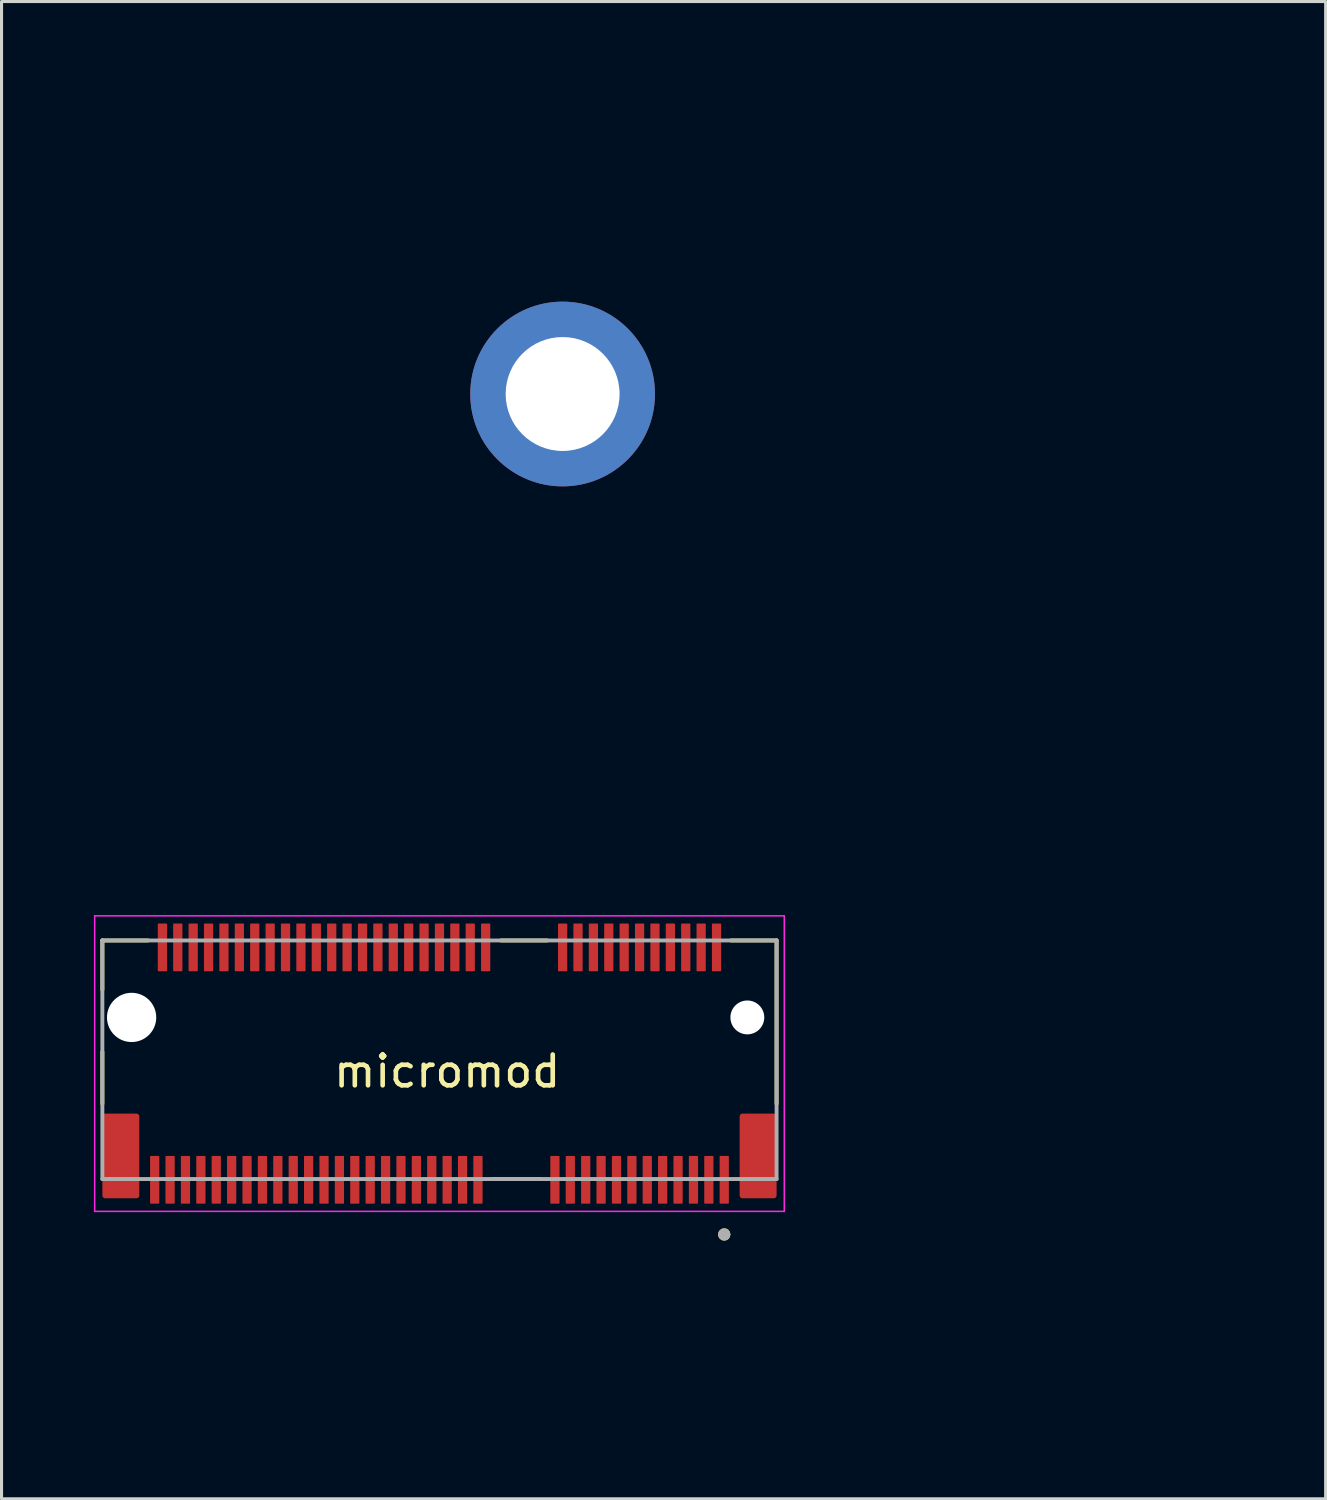
<source format=kicad_pcb>
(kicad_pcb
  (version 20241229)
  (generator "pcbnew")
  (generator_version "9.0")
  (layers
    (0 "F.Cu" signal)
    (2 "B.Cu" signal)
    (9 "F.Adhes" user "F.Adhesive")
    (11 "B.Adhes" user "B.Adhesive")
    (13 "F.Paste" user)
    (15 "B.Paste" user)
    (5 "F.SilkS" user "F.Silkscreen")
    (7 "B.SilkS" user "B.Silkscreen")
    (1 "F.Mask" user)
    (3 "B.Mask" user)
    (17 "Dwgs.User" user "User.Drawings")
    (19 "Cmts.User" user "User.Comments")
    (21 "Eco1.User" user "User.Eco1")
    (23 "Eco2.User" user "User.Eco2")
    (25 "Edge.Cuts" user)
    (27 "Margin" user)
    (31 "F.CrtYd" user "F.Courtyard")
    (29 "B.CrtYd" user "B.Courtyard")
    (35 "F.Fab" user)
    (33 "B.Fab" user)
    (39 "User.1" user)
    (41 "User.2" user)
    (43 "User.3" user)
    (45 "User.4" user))
  (footprint "micromod"
    (layer "F.Cu")
    (at 11.225 21.748)
    (property "Reference" "micromod" (at 0.25 10 0) (unlocked yes) (layer "F.SilkS") (effects (font (size 1 1) (thickness 0.15))))
    (attr smd allow_soldermask_bridges)
    (fp_line (start -10.95 5.75) (end -10.95 7.35) (stroke (width 0.127) (type solid)) (layer "F.SilkS"))
    (fp_line (start -10.95 11.055) (end -10.95 9.37) (stroke (width 0.127) (type solid)) (layer "F.SilkS"))
    (fp_line (start -9.47 5.75) (end -10.95 5.75) (stroke (width 0.127) (type solid)) (layer "F.SilkS"))
    (fp_line (start 3.28 13.5) (end 1.72 13.5) (stroke (width 0.127) (type solid)) (layer "F.SilkS"))
    (fp_line (start 3.5 5.75) (end 2 5.75) (stroke (width 0.127) (type solid)) (layer "F.SilkS"))
    (fp_line (start 10.95 5.75) (end 9.47 5.75) (stroke (width 0.127) (type solid)) (layer "F.SilkS"))
    (fp_line (start 10.95 5.75) (end 10.95 11.055) (stroke (width 0.127) (type solid)) (layer "F.SilkS"))
    (fp_circle (center 9.25 15.3) (end 9.15 15.3) (stroke (width 0.2) (type solid)) (fill no) (layer "F.SilkS"))
    (fp_line (start -11.2 4.95) (end -11.2 14.55) (stroke (width 0.05) (type solid)) (layer "F.CrtYd"))
    (fp_line (start -11.2 14.55) (end 11.2 14.55) (stroke (width 0.05) (type solid)) (layer "F.CrtYd"))
    (fp_line (start 11.2 4.95) (end -11.2 4.95) (stroke (width 0.05) (type solid)) (layer "F.CrtYd"))
    (fp_line (start 11.2 14.55) (end 11.2 4.95) (stroke (width 0.05) (type solid)) (layer "F.CrtYd"))
    (fp_line (start -10.95 5.75) (end 10.95 5.75) (stroke (width 0.127) (type solid)) (layer "F.Fab"))
    (fp_line (start -10.95 13.5) (end -10.95 5.75) (stroke (width 0.127) (type solid)) (layer "F.Fab"))
    (fp_line (start 10.95 5.75) (end 10.95 13.5) (stroke (width 0.127) (type solid)) (layer "F.Fab"))
    (fp_line (start 10.95 13.5) (end -10.95 13.5) (stroke (width 0.127) (type solid)) (layer "F.Fab"))
    (fp_circle (center 9.25 15.3) (end 9.15 15.3) (stroke (width 0.2) (type solid)) (fill no) (layer "F.Fab"))
    (fp_line (start 10 -12) (end 0 -12) (stroke (width 0.1) (type default)) (layer "User.1"))
    (dimension (type aligned) (layer "User.1") (pts (xy 21.225 31.748) (xy 21.225 9.748)) (height 12) (format (prefix "") (suffix "") (units 3) (units_format 1) (precision 4)) (style (thickness 0.1) (arrow_length 1.27) (text_position_mode 0) (arrow_direction outward) (extension_height 0.586) (extension_offset 0.5) (keep_text_aligned yes)) (gr_text "22.0000 mm" (at 32.075 20.748 90) (layer "User.1") (effects (font (size 1 1) (thickness 0.15)))))
    (dimension (type aligned) (layer "User.1") (pts (xy 21.225 29.998) (xy 1.225 29.998)) (height -12) (format (prefix "") (suffix "") (units 3) (units_format 1) (precision 4)) (style (thickness 0.1) (arrow_length 1.27) (text_position_mode 0) (arrow_direction outward) (extension_height 0.586) (extension_offset 0.5) (keep_text_aligned yes)) (gr_text "20.0000 mm" (at 11.225 40.848 0) (layer "User.1") (effects (font (size 1 1) (thickness 0.15)))))
    (dimension (type aligned) (layer "User.1") (pts (xy 11.225 9.748) (xy 15.225 9.748)) (height -7.75) (format (prefix "") (suffix "") (units 3) (units_format 1) (precision 4)) (style (thickness 0.1) (arrow_length 1.27) (text_position_mode 0) (arrow_direction outward) (extension_height 0.586) (extension_offset 0.5) (keep_text_aligned yes)) (gr_text "4.0000 mm" (at 13.225 0.848 0) (layer "User.1") (effects (font (size 1 1) (thickness 0.15)))))
    (dimension (type aligned) (layer "User.1") (pts (xy 21.225 29.998) (xy 21.225 31.748)) (height -8.5) (format (prefix "") (suffix "") (units 3) (units_format 1) (precision 4)) (style (thickness 0.1) (arrow_length 1.27) (text_position_mode 0) (arrow_direction outward) (extension_height 0.586) (extension_offset 0.5) (keep_text_aligned yes)) (gr_text "1.7500 mm" (at 28.575 30.873 90) (layer "User.1") (effects (font (size 1 1) (thickness 0.15)))))
    (pad "" np_thru_hole circle (at -10 8.25 180) (size 1.6 1.6) (drill 1.6) (layers "*.Cu" "*.Mask"))
    (pad "" np_thru_hole circle (at 10 8.25 180) (size 1.1 1.1) (drill 1.1) (layers "*.Cu" "*.Mask"))
    (pad "1" smd roundrect (at 9.25 13.525 180) (size 0.3 1.55) (layers "F.Cu" "F.Mask" "F.Paste") (roundrect_rratio 0.075))
    (pad "2" smd roundrect (at 9 5.975 180) (size 0.3 1.55) (layers "F.Cu" "F.Mask" "F.Paste") (roundrect_rratio 0.075))
    (pad "3" smd roundrect (at 8.75 13.525 180) (size 0.3 1.55) (layers "F.Cu" "F.Mask" "F.Paste") (roundrect_rratio 0.075))
    (pad "4" smd roundrect (at 8.5 5.975 180) (size 0.3 1.55) (layers "F.Cu" "F.Mask" "F.Paste") (roundrect_rratio 0.075))
    (pad "5" smd roundrect (at 8.25 13.525 180) (size 0.3 1.55) (layers "F.Cu" "F.Mask" "F.Paste") (roundrect_rratio 0.075))
    (pad "6" smd roundrect (at 8 5.975 180) (size 0.3 1.55) (layers "F.Cu" "F.Mask" "F.Paste") (roundrect_rratio 0.075))
    (pad "7" smd roundrect (at 7.75 13.525 180) (size 0.3 1.55) (layers "F.Cu" "F.Mask" "F.Paste") (roundrect_rratio 0.075))
    (pad "8" smd roundrect (at 7.5 5.975 180) (size 0.3 1.55) (layers "F.Cu" "F.Mask" "F.Paste") (roundrect_rratio 0.075))
    (pad "9" smd roundrect (at 7.25 13.525 180) (size 0.3 1.55) (layers "F.Cu" "F.Mask" "F.Paste") (roundrect_rratio 0.075))
    (pad "10" smd roundrect (at 7 5.975 180) (size 0.3 1.55) (layers "F.Cu" "F.Mask" "F.Paste") (roundrect_rratio 0.075))
    (pad "11" smd roundrect (at 6.75 13.525 180) (size 0.3 1.55) (layers "F.Cu" "F.Mask" "F.Paste") (roundrect_rratio 0.075))
    (pad "12" smd roundrect (at 6.5 5.975 180) (size 0.3 1.55) (layers "F.Cu" "F.Mask" "F.Paste") (roundrect_rratio 0.075))
    (pad "13" smd roundrect (at 6.25 13.525 180) (size 0.3 1.55) (layers "F.Cu" "F.Mask" "F.Paste") (roundrect_rratio 0.075))
    (pad "14" smd roundrect (at 6 5.975 180) (size 0.3 1.55) (layers "F.Cu" "F.Mask" "F.Paste") (roundrect_rratio 0.075))
    (pad "15" smd roundrect (at 5.75 13.525 180) (size 0.3 1.55) (layers "F.Cu" "F.Mask" "F.Paste") (roundrect_rratio 0.075))
    (pad "16" smd roundrect (at 5.5 5.975 180) (size 0.3 1.55) (layers "F.Cu" "F.Mask" "F.Paste") (roundrect_rratio 0.075))
    (pad "17" smd roundrect (at 5.25 13.525 180) (size 0.3 1.55) (layers "F.Cu" "F.Mask" "F.Paste") (roundrect_rratio 0.075))
    (pad "18" smd roundrect (at 5 5.975 180) (size 0.3 1.55) (layers "F.Cu" "F.Mask" "F.Paste") (roundrect_rratio 0.075))
    (pad "19" smd roundrect (at 4.75 13.525 180) (size 0.3 1.55) (layers "F.Cu" "F.Mask" "F.Paste") (roundrect_rratio 0.075))
    (pad "20" smd roundrect (at 4.5 5.975 180) (size 0.3 1.55) (layers "F.Cu" "F.Mask" "F.Paste") (roundrect_rratio 0.075))
    (pad "21" smd roundrect (at 4.25 13.525 180) (size 0.3 1.55) (layers "F.Cu" "F.Mask" "F.Paste") (roundrect_rratio 0.075))
    (pad "22" smd roundrect (at 4 5.975 180) (size 0.3 1.55) (layers "F.Cu" "F.Mask" "F.Paste") (roundrect_rratio 0.075))
    (pad "23" smd roundrect (at 3.75 13.525 180) (size 0.3 1.55) (layers "F.Cu" "F.Mask" "F.Paste") (roundrect_rratio 0.075))
    (pad "32" smd roundrect (at 1.5 5.975 180) (size 0.3 1.55) (layers "F.Cu" "F.Mask" "F.Paste") (roundrect_rratio 0.075))
    (pad "33" smd roundrect (at 1.25 13.525 180) (size 0.3 1.55) (layers "F.Cu" "F.Mask" "F.Paste") (roundrect_rratio 0.075))
    (pad "34" smd roundrect (at 1 5.975 180) (size 0.3 1.55) (layers "F.Cu" "F.Mask" "F.Paste") (roundrect_rratio 0.075))
    (pad "35" smd roundrect (at 0.75 13.525 180) (size 0.3 1.55) (layers "F.Cu" "F.Mask" "F.Paste") (roundrect_rratio 0.075))
    (pad "36" smd roundrect (at 0.5 5.975 180) (size 0.3 1.55) (layers "F.Cu" "F.Mask" "F.Paste") (roundrect_rratio 0.075))
    (pad "37" smd roundrect (at 0.25 13.525 180) (size 0.3 1.55) (layers "F.Cu" "F.Mask" "F.Paste") (roundrect_rratio 0.075))
    (pad "38" smd roundrect (at 0 5.975 180) (size 0.3 1.55) (layers "F.Cu" "F.Mask" "F.Paste") (roundrect_rratio 0.075))
    (pad "39" smd roundrect (at -0.25 13.525 180) (size 0.3 1.55) (layers "F.Cu" "F.Mask" "F.Paste") (roundrect_rratio 0.075))
    (pad "40" smd roundrect (at -0.5 5.975 180) (size 0.3 1.55) (layers "F.Cu" "F.Mask" "F.Paste") (roundrect_rratio 0.075))
    (pad "41" smd roundrect (at -0.75 13.525 180) (size 0.3 1.55) (layers "F.Cu" "F.Mask" "F.Paste") (roundrect_rratio 0.075))
    (pad "42" smd roundrect (at -1 5.975 180) (size 0.3 1.55) (layers "F.Cu" "F.Mask" "F.Paste") (roundrect_rratio 0.075))
    (pad "43" smd roundrect (at -1.25 13.525 180) (size 0.3 1.55) (layers "F.Cu" "F.Mask" "F.Paste") (roundrect_rratio 0.075))
    (pad "44" smd roundrect (at -1.5 5.975 180) (size 0.3 1.55) (layers "F.Cu" "F.Mask" "F.Paste") (roundrect_rratio 0.075))
    (pad "45" smd roundrect (at -1.75 13.525 180) (size 0.3 1.55) (layers "F.Cu" "F.Mask" "F.Paste") (roundrect_rratio 0.075))
    (pad "46" smd roundrect (at -2 5.975 180) (size 0.3 1.55) (layers "F.Cu" "F.Mask" "F.Paste") (roundrect_rratio 0.075))
    (pad "47" smd roundrect (at -2.25 13.525 180) (size 0.3 1.55) (layers "F.Cu" "F.Mask" "F.Paste") (roundrect_rratio 0.075))
    (pad "48" smd roundrect (at -2.5 5.975 180) (size 0.3 1.55) (layers "F.Cu" "F.Mask" "F.Paste") (roundrect_rratio 0.075))
    (pad "49" smd roundrect (at -2.75 13.525 180) (size 0.3 1.55) (layers "F.Cu" "F.Mask" "F.Paste") (roundrect_rratio 0.075))
    (pad "50" smd roundrect (at -3 5.975 180) (size 0.3 1.55) (layers "F.Cu" "F.Mask" "F.Paste") (roundrect_rratio 0.075))
    (pad "51" smd roundrect (at -3.25 13.525 180) (size 0.3 1.55) (layers "F.Cu" "F.Mask" "F.Paste") (roundrect_rratio 0.075))
    (pad "52" smd roundrect (at -3.5 5.975 180) (size 0.3 1.55) (layers "F.Cu" "F.Mask" "F.Paste") (roundrect_rratio 0.075))
    (pad "53" smd roundrect (at -3.75 13.525 180) (size 0.3 1.55) (layers "F.Cu" "F.Mask" "F.Paste") (roundrect_rratio 0.075))
    (pad "54" smd roundrect (at -4 5.975 180) (size 0.3 1.55) (layers "F.Cu" "F.Mask" "F.Paste") (roundrect_rratio 0.075))
    (pad "55" smd roundrect (at -4.25 13.525 180) (size 0.3 1.55) (layers "F.Cu" "F.Mask" "F.Paste") (roundrect_rratio 0.075))
    (pad "56" smd roundrect (at -4.5 5.975 180) (size 0.3 1.55) (layers "F.Cu" "F.Mask" "F.Paste") (roundrect_rratio 0.075))
    (pad "57" smd roundrect (at -4.75 13.525 180) (size 0.3 1.55) (layers "F.Cu" "F.Mask" "F.Paste") (roundrect_rratio 0.075))
    (pad "58" smd roundrect (at -5 5.975 180) (size 0.3 1.55) (layers "F.Cu" "F.Mask" "F.Paste") (roundrect_rratio 0.075))
    (pad "59" smd roundrect (at -5.25 13.525 180) (size 0.3 1.55) (layers "F.Cu" "F.Mask" "F.Paste") (roundrect_rratio 0.075))
    (pad "60" smd roundrect (at -5.5 5.975 180) (size 0.3 1.55) (layers "F.Cu" "F.Mask" "F.Paste") (roundrect_rratio 0.075))
    (pad "61" smd roundrect (at -5.75 13.525 180) (size 0.3 1.55) (layers "F.Cu" "F.Mask" "F.Paste") (roundrect_rratio 0.075))
    (pad "62" smd roundrect (at -6 5.975 180) (size 0.3 1.55) (layers "F.Cu" "F.Mask" "F.Paste") (roundrect_rratio 0.075))
    (pad "63" smd roundrect (at -6.25 13.525 180) (size 0.3 1.55) (layers "F.Cu" "F.Mask" "F.Paste") (roundrect_rratio 0.075))
    (pad "64" smd roundrect (at -6.5 5.975 180) (size 0.3 1.55) (layers "F.Cu" "F.Mask" "F.Paste") (roundrect_rratio 0.075))
    (pad "65" smd roundrect (at -6.75 13.525 180) (size 0.3 1.55) (layers "F.Cu" "F.Mask" "F.Paste") (roundrect_rratio 0.075))
    (pad "66" smd roundrect (at -7 5.975 180) (size 0.3 1.55) (layers "F.Cu" "F.Mask" "F.Paste") (roundrect_rratio 0.075))
    (pad "67" smd roundrect (at -7.25 13.525 180) (size 0.3 1.55) (layers "F.Cu" "F.Mask" "F.Paste") (roundrect_rratio 0.075))
    (pad "68" smd roundrect (at -7.5 5.975 180) (size 0.3 1.55) (layers "F.Cu" "F.Mask" "F.Paste") (roundrect_rratio 0.075))
    (pad "69" smd roundrect (at -7.75 13.525 180) (size 0.3 1.55) (layers "F.Cu" "F.Mask" "F.Paste") (roundrect_rratio 0.075))
    (pad "70" smd roundrect (at -8 5.975 180) (size 0.3 1.55) (layers "F.Cu" "F.Mask" "F.Paste") (roundrect_rratio 0.075))
    (pad "71" smd roundrect (at -8.25 13.525 180) (size 0.3 1.55) (layers "F.Cu" "F.Mask" "F.Paste") (roundrect_rratio 0.075))
    (pad "72" smd roundrect (at -8.5 5.975 180) (size 0.3 1.55) (layers "F.Cu" "F.Mask" "F.Paste") (roundrect_rratio 0.075))
    (pad "73" smd roundrect (at -8.75 13.525 180) (size 0.3 1.55) (layers "F.Cu" "F.Mask" "F.Paste") (roundrect_rratio 0.075))
    (pad "74" smd roundrect (at -9 5.975 180) (size 0.3 1.55) (layers "F.Cu" "F.Mask" "F.Paste") (roundrect_rratio 0.075))
    (pad "75" smd roundrect (at -9.25 13.525 180) (size 0.3 1.55) (layers "F.Cu" "F.Mask" "F.Paste") (roundrect_rratio 0.075))
    (pad "S1" smd roundrect (at 10.35 12.75 180) (size 1.2 2.75) (layers "F.Cu" "F.Mask" "F.Paste") (roundrect_rratio 0.075))
    (pad "S2" smd roundrect (at -10.35 12.75 180) (size 1.2 2.75) (layers "F.Cu" "F.Mask" "F.Paste") (roundrect_rratio 0.075))
    (pad "S3" thru_hole circle (at 4 -12) (size 6 6) (drill 3.7) (layers "*.Cu" "*.Mask")))
  (gr_rect
    (start -3 -3)
    (end 40.01 45.635)
    (stroke (width 0.1) (type default))
    (fill no)
    (layer "Edge.Cuts")))
</source>
